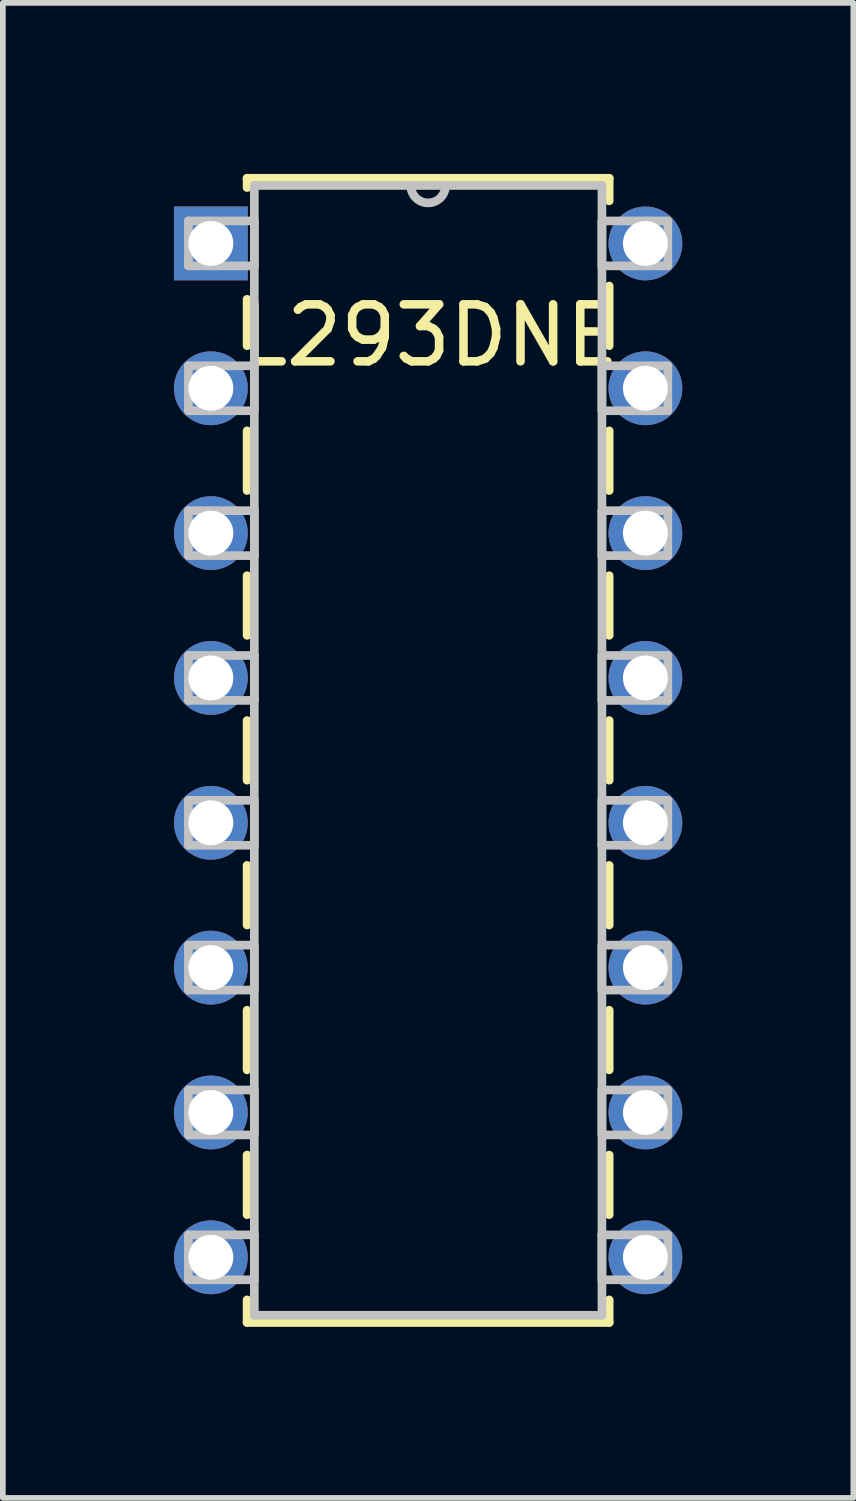
<source format=kicad_pcb>
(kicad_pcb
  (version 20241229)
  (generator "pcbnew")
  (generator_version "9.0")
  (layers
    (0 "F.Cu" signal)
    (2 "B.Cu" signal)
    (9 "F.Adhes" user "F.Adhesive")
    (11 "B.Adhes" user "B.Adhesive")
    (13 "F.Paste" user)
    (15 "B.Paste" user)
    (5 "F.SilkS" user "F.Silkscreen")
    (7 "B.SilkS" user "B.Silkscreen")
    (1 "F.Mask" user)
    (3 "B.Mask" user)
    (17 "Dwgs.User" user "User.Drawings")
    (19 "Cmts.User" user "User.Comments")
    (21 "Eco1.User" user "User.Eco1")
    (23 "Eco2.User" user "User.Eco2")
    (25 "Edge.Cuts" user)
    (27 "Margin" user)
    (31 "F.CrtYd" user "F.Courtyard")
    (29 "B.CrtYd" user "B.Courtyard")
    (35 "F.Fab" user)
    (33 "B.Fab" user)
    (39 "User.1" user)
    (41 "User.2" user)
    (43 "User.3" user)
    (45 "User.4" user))
  (footprint "L293DNE"
    (layer "F.Cu")
    (at 8.268 18.999)
    (property "Reference" "L293DNE" (at -3.785 -16.167 0) (layer "F.SilkS") (effects (font (size 1 1) (thickness 0.15))))
    (attr through_hole)
    (fp_line (start -6.985 -18.923) (end -6.985 -18.76) (stroke (width 0.152) (type solid)) (layer "F.SilkS"))
    (fp_line (start -6.985 -16.8) (end -6.985 -15.987) (stroke (width 0.152) (type solid)) (layer "F.SilkS"))
    (fp_line (start -6.985 -14.493) (end -6.985 -13.447) (stroke (width 0.152) (type solid)) (layer "F.SilkS"))
    (fp_line (start -6.985 -11.953) (end -6.985 -10.907) (stroke (width 0.152) (type solid)) (layer "F.SilkS"))
    (fp_line (start -6.985 -9.413) (end -6.985 -8.367) (stroke (width 0.152) (type solid)) (layer "F.SilkS"))
    (fp_line (start -6.985 -6.873) (end -6.985 -5.827) (stroke (width 0.152) (type solid)) (layer "F.SilkS"))
    (fp_line (start -6.985 -4.333) (end -6.985 -3.287) (stroke (width 0.152) (type solid)) (layer "F.SilkS"))
    (fp_line (start -6.985 -1.793) (end -6.985 -0.747) (stroke (width 0.152) (type solid)) (layer "F.SilkS"))
    (fp_line (start -6.985 0.747) (end -6.985 1.143) (stroke (width 0.152) (type solid)) (layer "F.SilkS"))
    (fp_line (start -6.985 1.143) (end -0.635 1.143) (stroke (width 0.152) (type solid)) (layer "F.SilkS"))
    (fp_line (start -0.635 -18.923) (end -6.985 -18.923) (stroke (width 0.152) (type solid)) (layer "F.SilkS"))
    (fp_line (start -0.635 -18.527) (end -0.635 -18.923) (stroke (width 0.152) (type solid)) (layer "F.SilkS"))
    (fp_line (start -0.635 -15.987) (end -0.635 -17.033) (stroke (width 0.152) (type solid)) (layer "F.SilkS"))
    (fp_line (start -0.635 -13.447) (end -0.635 -14.493) (stroke (width 0.152) (type solid)) (layer "F.SilkS"))
    (fp_line (start -0.635 -10.907) (end -0.635 -11.953) (stroke (width 0.152) (type solid)) (layer "F.SilkS"))
    (fp_line (start -0.635 -8.367) (end -0.635 -9.413) (stroke (width 0.152) (type solid)) (layer "F.SilkS"))
    (fp_line (start -0.635 -5.827) (end -0.635 -6.873) (stroke (width 0.152) (type solid)) (layer "F.SilkS"))
    (fp_line (start -0.635 -3.287) (end -0.635 -4.333) (stroke (width 0.152) (type solid)) (layer "F.SilkS"))
    (fp_line (start -0.635 -0.747) (end -0.635 -1.793) (stroke (width 0.152) (type solid)) (layer "F.SilkS"))
    (fp_line (start -0.635 1.143) (end -0.635 0.747) (stroke (width 0.152) (type solid)) (layer "F.SilkS"))
    (fp_line (start -8.014 -18.174) (end -8.014 -17.386) (stroke (width 0.152) (type solid)) (layer "Dwgs.User"))
    (fp_line (start -8.014 -17.386) (end -6.858 -17.386) (stroke (width 0.152) (type solid)) (layer "Dwgs.User"))
    (fp_line (start -8.014 -15.634) (end -8.014 -14.846) (stroke (width 0.152) (type solid)) (layer "Dwgs.User"))
    (fp_line (start -8.014 -14.846) (end -6.858 -14.846) (stroke (width 0.152) (type solid)) (layer "Dwgs.User"))
    (fp_line (start -8.014 -13.094) (end -8.014 -12.306) (stroke (width 0.152) (type solid)) (layer "Dwgs.User"))
    (fp_line (start -8.014 -12.306) (end -6.858 -12.306) (stroke (width 0.152) (type solid)) (layer "Dwgs.User"))
    (fp_line (start -8.014 -10.554) (end -8.014 -9.766) (stroke (width 0.152) (type solid)) (layer "Dwgs.User"))
    (fp_line (start -8.014 -9.766) (end -6.858 -9.766) (stroke (width 0.152) (type solid)) (layer "Dwgs.User"))
    (fp_line (start -8.014 -8.014) (end -8.014 -7.226) (stroke (width 0.152) (type solid)) (layer "Dwgs.User"))
    (fp_line (start -8.014 -7.226) (end -6.858 -7.226) (stroke (width 0.152) (type solid)) (layer "Dwgs.User"))
    (fp_line (start -8.014 -5.474) (end -8.014 -4.686) (stroke (width 0.152) (type solid)) (layer "Dwgs.User"))
    (fp_line (start -8.014 -4.686) (end -6.858 -4.686) (stroke (width 0.152) (type solid)) (layer "Dwgs.User"))
    (fp_line (start -8.014 -2.934) (end -8.014 -2.146) (stroke (width 0.152) (type solid)) (layer "Dwgs.User"))
    (fp_line (start -8.014 -2.146) (end -6.858 -2.146) (stroke (width 0.152) (type solid)) (layer "Dwgs.User"))
    (fp_line (start -8.014 -0.394) (end -8.014 0.394) (stroke (width 0.152) (type solid)) (layer "Dwgs.User"))
    (fp_line (start -8.014 0.394) (end -6.858 0.394) (stroke (width 0.152) (type solid)) (layer "Dwgs.User"))
    (fp_line (start -6.858 -18.796) (end -6.858 1.016) (stroke (width 0.152) (type solid)) (layer "Dwgs.User"))
    (fp_line (start -6.858 -18.174) (end -8.014 -18.174) (stroke (width 0.152) (type solid)) (layer "Dwgs.User"))
    (fp_line (start -6.858 -17.386) (end -6.858 -18.174) (stroke (width 0.152) (type solid)) (layer "Dwgs.User"))
    (fp_line (start -6.858 -15.634) (end -8.014 -15.634) (stroke (width 0.152) (type solid)) (layer "Dwgs.User"))
    (fp_line (start -6.858 -14.846) (end -6.858 -15.634) (stroke (width 0.152) (type solid)) (layer "Dwgs.User"))
    (fp_line (start -6.858 -13.094) (end -8.014 -13.094) (stroke (width 0.152) (type solid)) (layer "Dwgs.User"))
    (fp_line (start -6.858 -12.306) (end -6.858 -13.094) (stroke (width 0.152) (type solid)) (layer "Dwgs.User"))
    (fp_line (start -6.858 -10.554) (end -8.014 -10.554) (stroke (width 0.152) (type solid)) (layer "Dwgs.User"))
    (fp_line (start -6.858 -9.766) (end -6.858 -10.554) (stroke (width 0.152) (type solid)) (layer "Dwgs.User"))
    (fp_line (start -6.858 -8.014) (end -8.014 -8.014) (stroke (width 0.152) (type solid)) (layer "Dwgs.User"))
    (fp_line (start -6.858 -7.226) (end -6.858 -8.014) (stroke (width 0.152) (type solid)) (layer "Dwgs.User"))
    (fp_line (start -6.858 -5.474) (end -8.014 -5.474) (stroke (width 0.152) (type solid)) (layer "Dwgs.User"))
    (fp_line (start -6.858 -4.686) (end -6.858 -5.474) (stroke (width 0.152) (type solid)) (layer "Dwgs.User"))
    (fp_line (start -6.858 -2.934) (end -8.014 -2.934) (stroke (width 0.152) (type solid)) (layer "Dwgs.User"))
    (fp_line (start -6.858 -2.146) (end -6.858 -2.934) (stroke (width 0.152) (type solid)) (layer "Dwgs.User"))
    (fp_line (start -6.858 -0.394) (end -8.014 -0.394) (stroke (width 0.152) (type solid)) (layer "Dwgs.User"))
    (fp_line (start -6.858 0.394) (end -6.858 -0.394) (stroke (width 0.152) (type solid)) (layer "Dwgs.User"))
    (fp_line (start -6.858 1.016) (end -0.762 1.016) (stroke (width 0.152) (type solid)) (layer "Dwgs.User"))
    (fp_line (start -0.762 -18.796) (end -6.858 -18.796) (stroke (width 0.152) (type solid)) (layer "Dwgs.User"))
    (fp_line (start -0.762 -18.174) (end -0.762 -17.386) (stroke (width 0.152) (type solid)) (layer "Dwgs.User"))
    (fp_line (start -0.762 -17.386) (end 0.394 -17.386) (stroke (width 0.152) (type solid)) (layer "Dwgs.User"))
    (fp_line (start -0.762 -15.634) (end -0.762 -14.846) (stroke (width 0.152) (type solid)) (layer "Dwgs.User"))
    (fp_line (start -0.762 -14.846) (end 0.394 -14.846) (stroke (width 0.152) (type solid)) (layer "Dwgs.User"))
    (fp_line (start -0.762 -13.094) (end -0.762 -12.306) (stroke (width 0.152) (type solid)) (layer "Dwgs.User"))
    (fp_line (start -0.762 -12.306) (end 0.394 -12.306) (stroke (width 0.152) (type solid)) (layer "Dwgs.User"))
    (fp_line (start -0.762 -10.554) (end -0.762 -9.766) (stroke (width 0.152) (type solid)) (layer "Dwgs.User"))
    (fp_line (start -0.762 -9.766) (end 0.394 -9.766) (stroke (width 0.152) (type solid)) (layer "Dwgs.User"))
    (fp_line (start -0.762 -8.014) (end -0.762 -7.226) (stroke (width 0.152) (type solid)) (layer "Dwgs.User"))
    (fp_line (start -0.762 -7.226) (end 0.394 -7.226) (stroke (width 0.152) (type solid)) (layer "Dwgs.User"))
    (fp_line (start -0.762 -5.474) (end -0.762 -4.686) (stroke (width 0.152) (type solid)) (layer "Dwgs.User"))
    (fp_line (start -0.762 -4.686) (end 0.394 -4.686) (stroke (width 0.152) (type solid)) (layer "Dwgs.User"))
    (fp_line (start -0.762 -2.934) (end -0.762 -2.146) (stroke (width 0.152) (type solid)) (layer "Dwgs.User"))
    (fp_line (start -0.762 -2.146) (end 0.394 -2.146) (stroke (width 0.152) (type solid)) (layer "Dwgs.User"))
    (fp_line (start -0.762 -0.394) (end -0.762 0.394) (stroke (width 0.152) (type solid)) (layer "Dwgs.User"))
    (fp_line (start -0.762 0.394) (end 0.394 0.394) (stroke (width 0.152) (type solid)) (layer "Dwgs.User"))
    (fp_line (start -0.762 1.016) (end -0.762 -18.796) (stroke (width 0.152) (type solid)) (layer "Dwgs.User"))
    (fp_line (start 0.394 -18.174) (end -0.762 -18.174) (stroke (width 0.152) (type solid)) (layer "Dwgs.User"))
    (fp_line (start 0.394 -17.386) (end 0.394 -18.174) (stroke (width 0.152) (type solid)) (layer "Dwgs.User"))
    (fp_line (start 0.394 -15.634) (end -0.762 -15.634) (stroke (width 0.152) (type solid)) (layer "Dwgs.User"))
    (fp_line (start 0.394 -14.846) (end 0.394 -15.634) (stroke (width 0.152) (type solid)) (layer "Dwgs.User"))
    (fp_line (start 0.394 -13.094) (end -0.762 -13.094) (stroke (width 0.152) (type solid)) (layer "Dwgs.User"))
    (fp_line (start 0.394 -12.306) (end 0.394 -13.094) (stroke (width 0.152) (type solid)) (layer "Dwgs.User"))
    (fp_line (start 0.394 -10.554) (end -0.762 -10.554) (stroke (width 0.152) (type solid)) (layer "Dwgs.User"))
    (fp_line (start 0.394 -9.766) (end 0.394 -10.554) (stroke (width 0.152) (type solid)) (layer "Dwgs.User"))
    (fp_line (start 0.394 -8.014) (end -0.762 -8.014) (stroke (width 0.152) (type solid)) (layer "Dwgs.User"))
    (fp_line (start 0.394 -7.226) (end 0.394 -8.014) (stroke (width 0.152) (type solid)) (layer "Dwgs.User"))
    (fp_line (start 0.394 -5.474) (end -0.762 -5.474) (stroke (width 0.152) (type solid)) (layer "Dwgs.User"))
    (fp_line (start 0.394 -4.686) (end 0.394 -5.474) (stroke (width 0.152) (type solid)) (layer "Dwgs.User"))
    (fp_line (start 0.394 -2.934) (end -0.762 -2.934) (stroke (width 0.152) (type solid)) (layer "Dwgs.User"))
    (fp_line (start 0.394 -2.146) (end 0.394 -2.934) (stroke (width 0.152) (type solid)) (layer "Dwgs.User"))
    (fp_line (start 0.394 -0.394) (end -0.762 -0.394) (stroke (width 0.152) (type solid)) (layer "Dwgs.User"))
    (fp_line (start 0.394 0.394) (end 0.394 -0.394) (stroke (width 0.152) (type solid)) (layer "Dwgs.User"))
    (fp_arc (start -3.5052 -18.796) (mid -3.81 -18.4912) (end -4.1148 -18.796) (stroke (width 0.1524) (type solid)) (layer "Dwgs.User"))
    (pad "1" thru_hole rect (at -7.62 -17.78) (size 1.295 1.295) (drill 0.787) (layers "*.Cu" "*.Mask"))
    (pad "2" thru_hole circle (at -7.62 -15.24) (size 1.295 1.295) (drill 0.787) (layers "*.Cu" "*.Mask"))
    (pad "3" thru_hole circle (at -7.62 -12.7) (size 1.295 1.295) (drill 0.787) (layers "*.Cu" "*.Mask"))
    (pad "4" thru_hole circle (at -7.62 -10.16) (size 1.295 1.295) (drill 0.787) (layers "*.Cu" "*.Mask"))
    (pad "5" thru_hole circle (at -7.62 -7.62) (size 1.295 1.295) (drill 0.787) (layers "*.Cu" "*.Mask"))
    (pad "6" thru_hole circle (at -7.62 -5.08) (size 1.295 1.295) (drill 0.787) (layers "*.Cu" "*.Mask"))
    (pad "7" thru_hole circle (at -7.62 -2.54) (size 1.295 1.295) (drill 0.787) (layers "*.Cu" "*.Mask"))
    (pad "8" thru_hole circle (at -7.62 0) (size 1.295 1.295) (drill 0.787) (layers "*.Cu" "*.Mask"))
    (pad "9" thru_hole circle (at 0 0) (size 1.295 1.295) (drill 0.787) (layers "*.Cu" "*.Mask"))
    (pad "10" thru_hole circle (at 0 -2.54) (size 1.295 1.295) (drill 0.787) (layers "*.Cu" "*.Mask"))
    (pad "11" thru_hole circle (at 0 -5.08) (size 1.295 1.295) (drill 0.787) (layers "*.Cu" "*.Mask"))
    (pad "12" thru_hole circle (at 0 -7.62) (size 1.295 1.295) (drill 0.787) (layers "*.Cu" "*.Mask"))
    (pad "13" thru_hole circle (at 0 -10.16) (size 1.295 1.295) (drill 0.787) (layers "*.Cu" "*.Mask"))
    (pad "14" thru_hole circle (at 0 -12.7) (size 1.295 1.295) (drill 0.787) (layers "*.Cu" "*.Mask"))
    (pad "15" thru_hole circle (at 0 -15.24) (size 1.295 1.295) (drill 0.787) (layers "*.Cu" "*.Mask"))
    (pad "16" thru_hole circle (at 0 -17.78) (size 1.295 1.295) (drill 0.787) (layers "*.Cu" "*.Mask")))
  (gr_rect
    (start -3 -3)
    (end 11.915 23.218)
    (stroke (width 0.1) (type default))
    (fill no)
    (layer "Edge.Cuts")))
</source>
